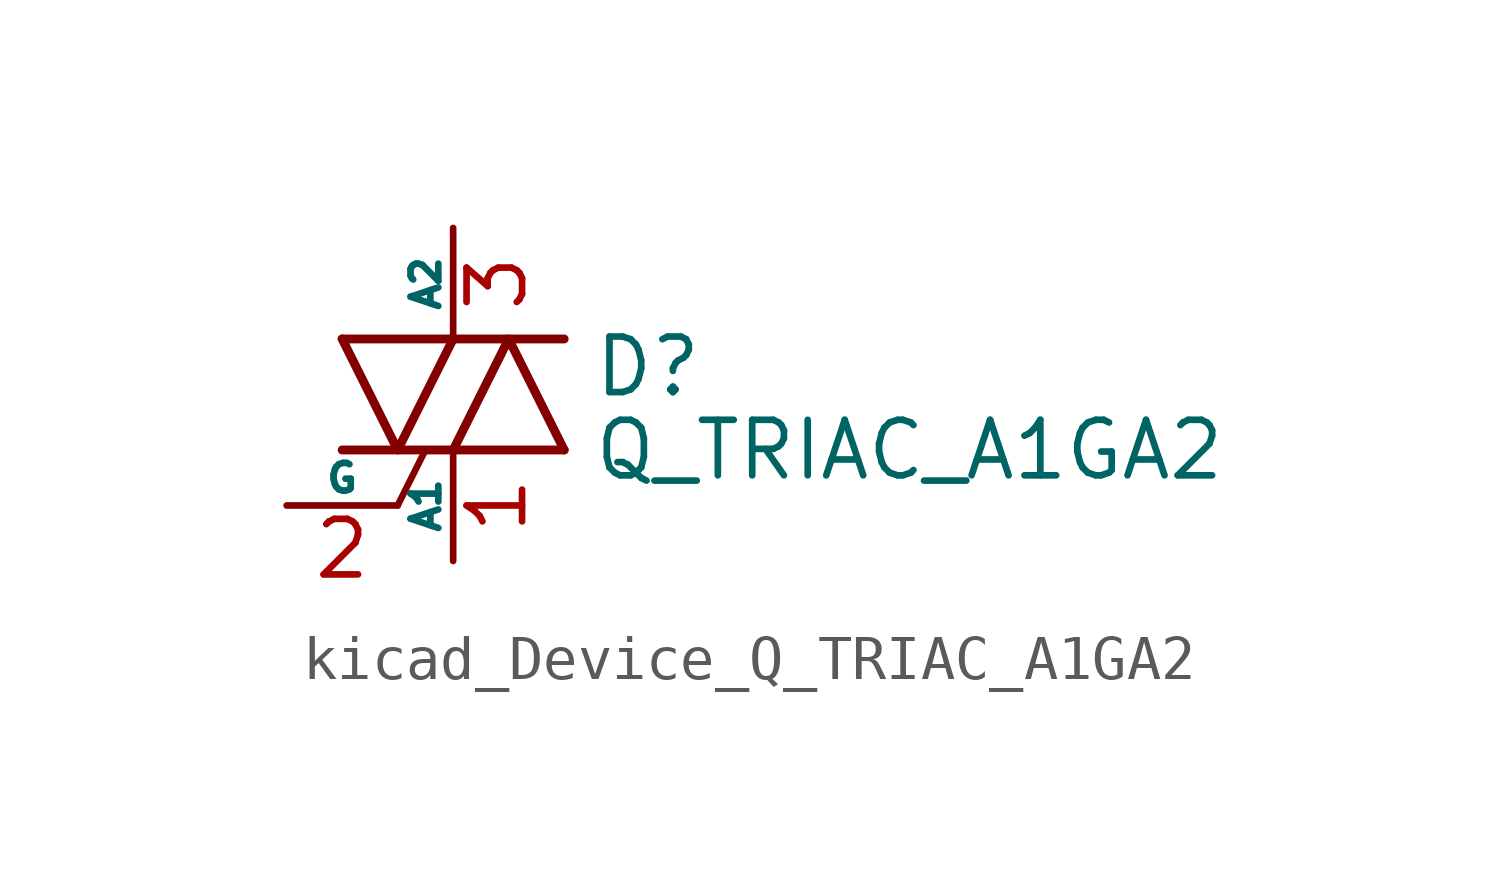
<source format=kicad_sym>
(kicad_symbol_lib
  (version 20220914)
  (generator kicad_symbol_editor)
  (symbol "kicad_Device_Q_TRIAC_A1GA2"
    (pin_names
      (offset 0))
    (property "Reference" "D"
      (at 3.175 0.635 0)
      (effects (font (size 1.27 1.27)) (justify left)))
    (property "Value" "Q_TRIAC_A1GA2"
      (at 3.175 -1.27 0)
      (effects (font (size 1.27 1.27)) (justify left)))
    (symbol "kicad_Device_Q_TRIAC_A1GA2_0_1"
      (polyline (pts (xy -2.54 -1.27) (xy 2.54 -1.27)) (stroke (width 0.203) (type default)) (fill (type none)))
      (polyline (pts (xy -2.54 1.27) (xy 2.54 1.27)) (stroke (width 0.203) (type default)) (fill (type none)))
      (polyline (pts (xy -1.27 -2.54) (xy -0.635 -1.27)) (stroke (width 0) (type default)) (fill (type none)))
      (polyline (pts (xy -2.54 1.27) (xy -1.27 -1.27) (xy 0 1.27)) (stroke (width 0.203) (type default)) (fill (type none)))
      (polyline (pts (xy 0 -1.27) (xy 1.27 1.27) (xy 2.54 -1.27)) (stroke (width 0.203) (type default)) (fill (type none))))
    (symbol "kicad_Device_Q_TRIAC_A1GA2_1_1"
      (pin passive line (at 0 -3.81 90) (length 2.54) (name "A1" (effects (font (size 0.635 0.635)))) (number "1" (effects (font (size 1.27 1.27)))))
      (pin input line (at -3.81 -2.54 0) (length 2.54) (name "G" (effects (font (size 0.635 0.635)))) (number "2" (effects (font (size 1.27 1.27)))))
      (pin passive line (at 0 3.81 270) (length 2.54) (name "A2" (effects (font (size 0.635 0.635)))) (number "3" (effects (font (size 1.27 1.27))))))))
</source>
